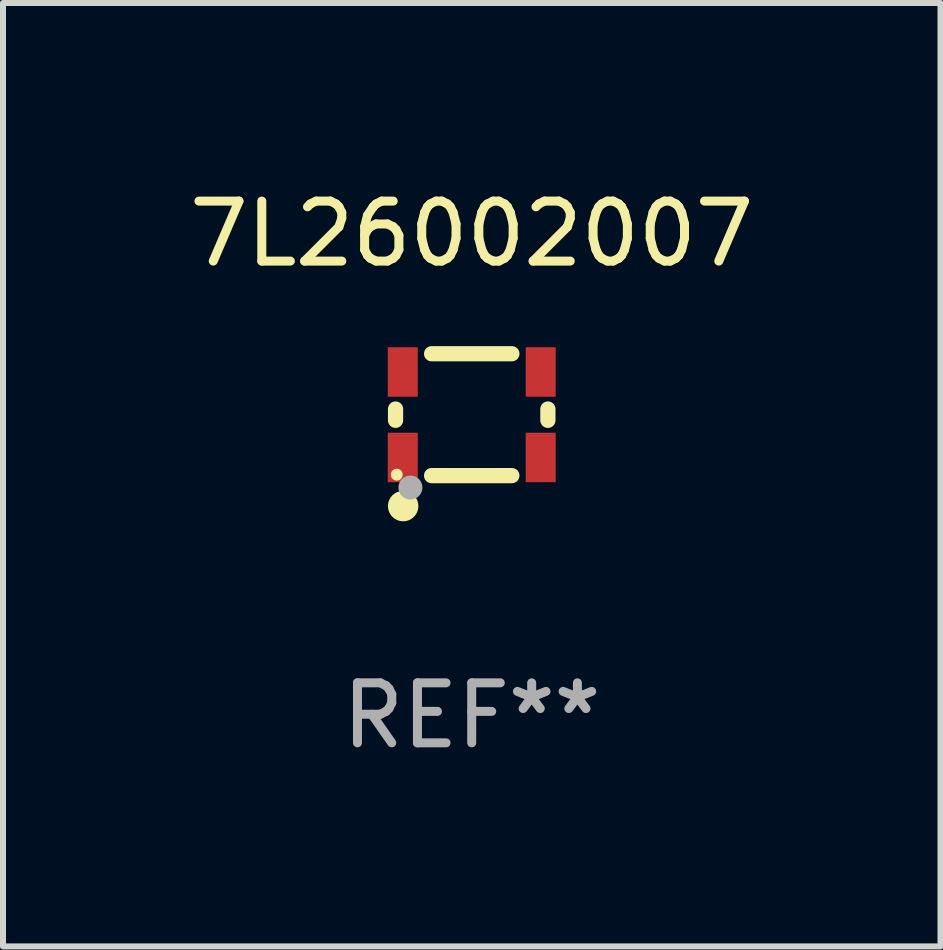
<source format=kicad_pcb>
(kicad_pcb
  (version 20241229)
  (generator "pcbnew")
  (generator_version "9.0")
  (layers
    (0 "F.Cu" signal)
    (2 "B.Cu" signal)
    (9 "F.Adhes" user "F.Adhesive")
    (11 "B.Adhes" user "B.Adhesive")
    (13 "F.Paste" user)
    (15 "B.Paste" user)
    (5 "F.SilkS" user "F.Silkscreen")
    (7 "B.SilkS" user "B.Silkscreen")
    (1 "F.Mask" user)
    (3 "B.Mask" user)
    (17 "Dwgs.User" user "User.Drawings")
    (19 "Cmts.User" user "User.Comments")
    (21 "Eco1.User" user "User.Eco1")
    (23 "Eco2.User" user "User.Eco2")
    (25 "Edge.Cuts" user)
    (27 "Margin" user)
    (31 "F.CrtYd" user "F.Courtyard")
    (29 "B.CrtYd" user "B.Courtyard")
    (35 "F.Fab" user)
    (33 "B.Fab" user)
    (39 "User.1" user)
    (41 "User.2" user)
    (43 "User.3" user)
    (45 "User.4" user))
  (footprint "7L26002007"
    (layer "F.Cu")
    (at 4.815 3.864)
    (property "Reference" "7L26002007" (at 0 -3.016 0) (layer "F.SilkS") (effects (font (size 1 1) (thickness 0.15))))
    (attr through_hole)
    (fp_line (start -1.27 -0.094) (end -1.27 0.094) (stroke (width 0.254) (type solid)) (layer "F.SilkS"))
    (fp_line (start -0.669 -1.016) (end 0.669 -1.016) (stroke (width 0.254) (type solid)) (layer "F.SilkS"))
    (fp_line (start -0.669 1.016) (end 0.669 1.016) (stroke (width 0.254) (type solid)) (layer "F.SilkS"))
    (fp_line (start 1.27 -0.094) (end 1.27 0.094) (stroke (width 0.254) (type solid)) (layer "F.SilkS"))
    (fp_circle (center -1.25 1) (end -1.2 1) (stroke (width 0.1) (type solid)) (fill no) (layer "F.SilkS"))
    (fp_circle (center -1.143 1.524) (end -1.016 1.524) (stroke (width 0.254) (type solid)) (fill no) (layer "F.SilkS"))
    (fp_circle (center -1.022 1.215) (end -0.922 1.215) (stroke (width 0.2) (type solid)) (fill no) (layer "F.Fab"))
    (fp_text user "REF**" (at 0 5.016 0) (layer "F.Fab") (effects (font (size 1 1) (thickness 0.15))))
    (pad "1" smd rect (at -1.15 0.713) (size 0.5 0.825) (layers "F.Cu" "F.Mask" "F.Paste"))
    (pad "2" smd rect (at 1.15 0.713) (size 0.5 0.825) (layers "F.Cu" "F.Mask" "F.Paste"))
    (pad "3" smd rect (at 1.15 -0.712) (size 0.5 0.825) (layers "F.Cu" "F.Mask" "F.Paste"))
    (pad "4" smd rect (at -1.15 -0.712) (size 0.5 0.825) (layers "F.Cu" "F.Mask" "F.Paste")))
  (gr_rect
    (start -3 -3)
    (end 12.631 12.729)
    (stroke (width 0.1) (type default))
    (fill no)
    (layer "Edge.Cuts")))
</source>
